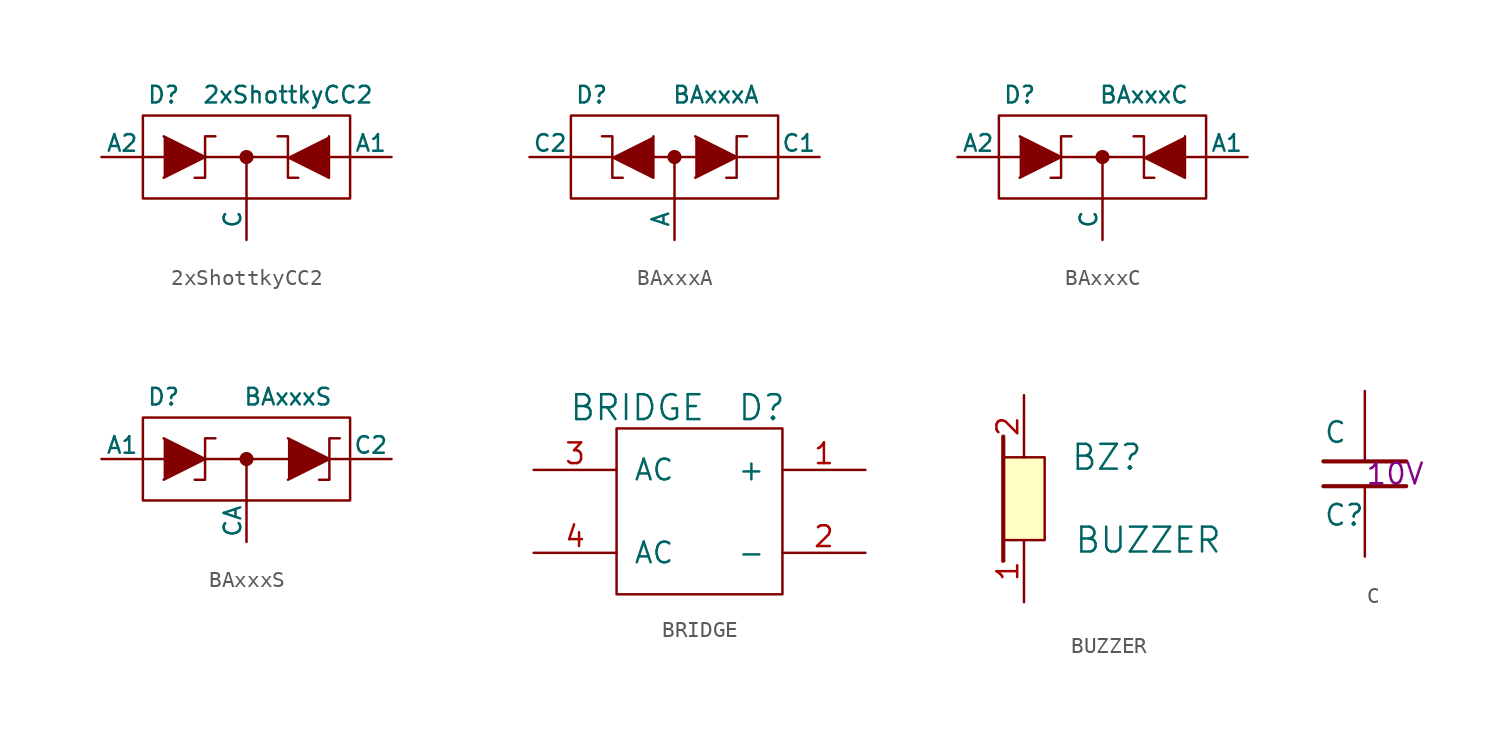
<source format=kicad_sym>
(kicad_symbol_lib
  (version 20201005)
  (generator kicad_symbol_editor)
  (symbol "Tittar_kl:2xShottkyCC2"
    (pin_numbers hide)
    (pin_names
      (offset 0))
    (property "Reference" "D"
      (at -5.08 3.81 0)
      (effects (font (size 1.016 1.016))))
    (property "Value" "2xShottkyCC2"
      (at 2.54 3.81 0)
      (effects (font (size 1.016 1.016))))
    (property "Datasheet" ""
      (at 0 0 0)
      (effects (font (size 1.524 1.524))))
    (symbol "2xShottkyCC2_0_1"
      (circle (center 0 0) (radius 0.356) (stroke (width 0)) (fill (type outline)))
      (rectangle (start -6.35 2.54) (end 6.35 -2.54) (stroke (width 0)) (fill (type none)))
      (polyline (pts (xy -6.35 0) (xy -5.08 0) (xy -5.08 0)) (stroke (width 0)) (fill (type none)))
      (polyline (pts (xy -5.08 1.27) (xy -2.54 0) (xy -5.08 -1.27)) (stroke (width 0)) (fill (type outline)))
      (polyline (pts (xy -2.54 0) (xy 2.54 0) (xy 2.54 0)) (stroke (width 0)) (fill (type none)))
      (polyline (pts (xy 0 0) (xy 0 -2.54) (xy 0 -2.54)) (stroke (width 0)) (fill (type none)))
      (polyline (pts (xy 5.08 0) (xy 6.35 0) (xy 6.35 0)) (stroke (width 0)) (fill (type none)))
      (polyline (pts (xy 5.055 1.27) (xy 5.055 -1.27) (xy 2.515 0) (xy 2.515 0)) (stroke (width 0)) (fill (type outline)))
      (polyline (pts (xy -3.175 -1.27) (xy -2.54 -1.27) (xy -2.54 1.27) (xy -1.905 1.27) (xy -1.905 1.27)) (stroke (width 0.152)) (fill (type none)))
      (polyline (pts (xy 1.905 1.27) (xy 2.54 1.27) (xy 2.54 -1.27) (xy 3.175 -1.27) (xy 3.175 -1.27)) (stroke (width 0.152)) (fill (type none))))
    (symbol "2xShottkyCC2_1_1"
      (pin passive line (at 8.89 0 180) (length 2.54) (name "A1" (effects (font (size 1.016 1.016)))) (number "1" (effects (font (size 1.016 1.016)))))
      (pin passive line (at 0 -5.08 90) (length 2.54) (name "C" (effects (font (size 1.016 1.016)))) (number "2" (effects (font (size 1.016 1.016)))))
      (pin passive line (at -8.89 0 0) (length 2.54) (name "A2" (effects (font (size 1.016 1.016)))) (number "3" (effects (font (size 1.016 1.016)))))))
  (symbol "Tittar_kl:BAxxxA"
    (pin_numbers hide)
    (pin_names
      (offset 0))
    (property "Reference" "D"
      (at -5.08 3.81 0)
      (effects (font (size 1.016 1.016))))
    (property "Value" "BAxxxA"
      (at 2.54 3.81 0)
      (effects (font (size 1.016 1.016))))
    (property "Footprint" ""
      (at 0 0 0)
      (effects (font (size 1.524 1.524))))
    (property "Datasheet" ""
      (at 0 0 0)
      (effects (font (size 1.524 1.524))))
    (symbol "BAxxxA_0_1"
      (circle (center 0 0) (radius 0.356) (stroke (width 0)) (fill (type outline)))
      (rectangle (start -6.35 2.54) (end 6.35 -2.54) (stroke (width 0)) (fill (type none)))
      (polyline (pts (xy -6.35 0) (xy -3.81 0) (xy -3.81 0)) (stroke (width 0)) (fill (type none)))
      (polyline (pts (xy -1.27 0) (xy 0 0) (xy 0 0)) (stroke (width 0)) (fill (type none)))
      (polyline (pts (xy 0 0) (xy 0 -2.54) (xy 0 -2.54)) (stroke (width 0)) (fill (type none)))
      (polyline (pts (xy 0 0) (xy 1.27 0) (xy 1.27 0)) (stroke (width 0)) (fill (type none)))
      (polyline (pts (xy 1.27 1.27) (xy 3.81 0) (xy 1.27 -1.27)) (stroke (width 0)) (fill (type outline)))
      (polyline (pts (xy 3.81 0) (xy 6.35 0) (xy 6.35 0)) (stroke (width 0)) (fill (type none)))
      (polyline (pts (xy -1.295 1.27) (xy -1.295 -1.27) (xy -3.835 0) (xy -3.835 0)) (stroke (width 0)) (fill (type outline)))
      (polyline (pts (xy -4.445 1.27) (xy -3.81 1.27) (xy -3.81 -1.27) (xy -3.175 -1.27) (xy -3.175 -1.27)) (stroke (width 0.152)) (fill (type none)))
      (polyline (pts (xy 3.175 -1.27) (xy 3.81 -1.27) (xy 3.81 1.27) (xy 4.445 1.27) (xy 4.445 1.27)) (stroke (width 0.152)) (fill (type none))))
    (symbol "BAxxxA_1_1"
      (pin passive line (at -8.89 0 0) (length 2.54) (name "C2" (effects (font (size 1.016 1.016)))) (number "1" (effects (font (size 1.016 1.016)))))
      (pin passive line (at 8.89 0 180) (length 2.54) (name "C1" (effects (font (size 1.016 1.016)))) (number "2" (effects (font (size 1.016 1.016)))))
      (pin passive line (at 0 -5.08 90) (length 2.54) (name "A" (effects (font (size 1.016 1.016)))) (number "3" (effects (font (size 1.016 1.016)))))))
  (symbol "Tittar_kl:BAxxxC"
    (pin_numbers hide)
    (pin_names
      (offset 0))
    (property "Reference" "D"
      (at -5.08 3.81 0)
      (effects (font (size 1.016 1.016))))
    (property "Value" "BAxxxC"
      (at 2.54 3.81 0)
      (effects (font (size 1.016 1.016))))
    (property "Footprint" ""
      (at 0 0 0)
      (effects (font (size 1.524 1.524))))
    (property "Datasheet" ""
      (at 0 0 0)
      (effects (font (size 1.524 1.524))))
    (symbol "BAxxxC_0_1"
      (circle (center 0 0) (radius 0.356) (stroke (width 0)) (fill (type outline)))
      (rectangle (start -6.35 2.54) (end 6.35 -2.54) (stroke (width 0)) (fill (type none)))
      (polyline (pts (xy -6.35 0) (xy -5.08 0) (xy -5.08 0)) (stroke (width 0)) (fill (type none)))
      (polyline (pts (xy -5.08 1.27) (xy -2.54 0) (xy -5.08 -1.27)) (stroke (width 0)) (fill (type outline)))
      (polyline (pts (xy -2.54 0) (xy 2.54 0) (xy 2.54 0)) (stroke (width 0)) (fill (type none)))
      (polyline (pts (xy 0 0) (xy 0 -2.54) (xy 0 -2.54)) (stroke (width 0)) (fill (type none)))
      (polyline (pts (xy 5.08 0) (xy 6.35 0) (xy 6.35 0)) (stroke (width 0)) (fill (type none)))
      (polyline (pts (xy 5.055 1.27) (xy 5.055 -1.27) (xy 2.515 0) (xy 2.515 0)) (stroke (width 0)) (fill (type outline)))
      (polyline (pts (xy -3.175 -1.27) (xy -2.54 -1.27) (xy -2.54 1.27) (xy -1.905 1.27) (xy -1.905 1.27)) (stroke (width 0.152)) (fill (type none)))
      (polyline (pts (xy 1.905 1.27) (xy 2.54 1.27) (xy 2.54 -1.27) (xy 3.175 -1.27) (xy 3.175 -1.27)) (stroke (width 0.152)) (fill (type none))))
    (symbol "BAxxxC_1_1"
      (pin passive line (at -8.89 0 0) (length 2.54) (name "A2" (effects (font (size 1.016 1.016)))) (number "1" (effects (font (size 1.016 1.016)))))
      (pin passive line (at 8.89 0 180) (length 2.54) (name "A1" (effects (font (size 1.016 1.016)))) (number "2" (effects (font (size 1.016 1.016)))))
      (pin passive line (at 0 -5.08 90) (length 2.54) (name "C" (effects (font (size 1.016 1.016)))) (number "3" (effects (font (size 1.016 1.016)))))))
  (symbol "Tittar_kl:BAxxxS"
    (pin_numbers hide)
    (pin_names
      (offset 0))
    (property "Reference" "D"
      (at -5.08 3.81 0)
      (effects (font (size 1.016 1.016))))
    (property "Value" "BAxxxS"
      (at 2.54 3.81 0)
      (effects (font (size 1.016 1.016))))
    (property "Footprint" ""
      (at 0 0 0)
      (effects (font (size 1.524 1.524))))
    (property "Datasheet" ""
      (at 0 0 0)
      (effects (font (size 1.524 1.524))))
    (symbol "BAxxxS_0_1"
      (circle (center 0 0) (radius 0.356) (stroke (width 0)) (fill (type outline)))
      (rectangle (start -6.35 2.54) (end 6.35 -2.54) (stroke (width 0)) (fill (type none)))
      (polyline (pts (xy -6.35 0) (xy -5.08 0) (xy -5.08 0)) (stroke (width 0)) (fill (type none)))
      (polyline (pts (xy -5.08 1.27) (xy -2.54 0) (xy -5.08 -1.27)) (stroke (width 0)) (fill (type outline)))
      (polyline (pts (xy -2.54 0) (xy 2.54 0) (xy 2.54 0)) (stroke (width 0)) (fill (type none)))
      (polyline (pts (xy 0 0) (xy 0 -2.54) (xy 0 -2.54)) (stroke (width 0)) (fill (type none)))
      (polyline (pts (xy 2.54 1.27) (xy 5.08 0) (xy 2.54 -1.27)) (stroke (width 0)) (fill (type outline)))
      (polyline (pts (xy 5.08 0) (xy 6.35 0) (xy 6.35 0)) (stroke (width 0)) (fill (type none)))
      (polyline (pts (xy -3.175 -1.27) (xy -2.54 -1.27) (xy -2.54 1.27) (xy -1.905 1.27) (xy -1.905 1.27)) (stroke (width 0.152)) (fill (type none)))
      (polyline (pts (xy 4.445 -1.27) (xy 5.08 -1.27) (xy 5.08 1.27) (xy 5.715 1.27) (xy 5.715 1.27)) (stroke (width 0.152)) (fill (type none))))
    (symbol "BAxxxS_1_1"
      (pin passive line (at -8.89 0 0) (length 2.54) (name "A1" (effects (font (size 1.016 1.016)))) (number "1" (effects (font (size 1.016 1.016)))))
      (pin passive line (at 8.89 0 180) (length 2.54) (name "C2" (effects (font (size 1.016 1.016)))) (number "2" (effects (font (size 1.016 1.016)))))
      (pin passive line (at 0 -5.08 90) (length 2.54) (name "CA" (effects (font (size 1.016 1.016)))) (number "3" (effects (font (size 1.016 1.016)))))))
  (symbol "Tittar_kl:BRIDGE"
    (pin_names
      (offset 1.016))
    (property "Reference" "D"
      (at 3.81 6.35 0)
      (effects (font (size 1.524 1.524))))
    (property "Value" "BRIDGE"
      (at -3.81 6.35 0)
      (effects (font (size 1.524 1.524))))
    (property "Footprint" ""
      (at 0 0 0)
      (effects (font (size 1.524 1.524))))
    (property "Datasheet" ""
      (at 0 0 0)
      (effects (font (size 1.524 1.524))))
    (symbol "BRIDGE_0_1"
      (rectangle (start -5.08 5.08) (end 5.08 -5.08) (stroke (width 0)) (fill (type none))))
    (symbol "BRIDGE_1_1"
      (pin passive line (at 10.16 2.54 180) (length 5.08) (name "+" (effects (font (size 1.27 1.27)))) (number "1" (effects (font (size 1.27 1.27)))))
      (pin passive line (at 10.16 -2.54 180) (length 5.08) (name "-" (effects (font (size 1.27 1.27)))) (number "2" (effects (font (size 1.27 1.27)))))
      (pin passive line (at -10.16 2.54 0) (length 5.08) (name "AC" (effects (font (size 1.27 1.27)))) (number "3" (effects (font (size 1.27 1.27)))))
      (pin passive line (at -10.16 -2.54 0) (length 5.08) (name "AC" (effects (font (size 1.27 1.27)))) (number "4" (effects (font (size 1.27 1.27)))))))
  (symbol "Tittar_kl:BUZZER"
    (pin_names
      (offset 1.016) hide)
    (property "Reference" "BZ"
      (at 5.08 2.54 0)
      (effects (font (size 1.524 1.524))))
    (property "Value" "BUZZER"
      (at 7.62 -2.54 0)
      (effects (font (size 1.524 1.524))))
    (property "Footprint" ""
      (at 0 0 0)
      (effects (font (size 1.524 1.524))))
    (property "Datasheet" ""
      (at 0 0 0)
      (effects (font (size 1.524 1.524))))
    (symbol "BUZZER_0_1"
      (rectangle (start -1.27 2.54) (end 1.27 -2.54) (stroke (width 0)) (fill (type background)))
      (polyline (pts (xy -1.27 3.81) (xy -1.27 -3.81) (xy -1.27 -3.81)) (stroke (width 0.254)) (fill (type background))))
    (symbol "BUZZER_1_1"
      (pin passive line (at 0 -6.35 90) (length 3.81) (name "1" (effects (font (size 1.27 1.27)))) (number "1" (effects (font (size 1.27 1.27)))))
      (pin passive line (at 0 6.35 270) (length 3.81) (name "2" (effects (font (size 1.27 1.27)))) (number "2" (effects (font (size 1.27 1.27)))))))
  (symbol "Tittar_kl:C"
    (pin_numbers hide)
    (pin_names
      (offset 0.254))
    (property "Reference" "C"
      (at -2.54 -2.54 0)
      (effects (font (size 1.27 1.27)) (justify left)))
    (property "Value" "C"
      (at -2.54 2.54 0)
      (effects (font (size 1.27 1.27)) (justify left)))
    (property "Voltage" "10V"
      (at 0 0 0)
      (effects (font (size 1.27 1.27)) (justify left)))
    (symbol "C_0_1"
      (polyline (pts (xy -2.54 -0.762) (xy 2.54 -0.762)) (stroke (width 0.254)) (fill (type none)))
      (polyline (pts (xy -2.54 0.762) (xy 2.54 0.762)) (stroke (width 0.254)) (fill (type none))))
    (symbol "C_1_1"
      (pin passive line (at 0 5.08 270) (length 4.318) (name "~" (effects (font (size 1.016 1.016)))) (number "1" (effects (font (size 1.016 1.016)))))
      (pin passive line (at 0 -5.08 90) (length 4.318) (name "~" (effects (font (size 1.016 1.016)))) (number "2" (effects (font (size 1.016 1.016))))))))
</source>
